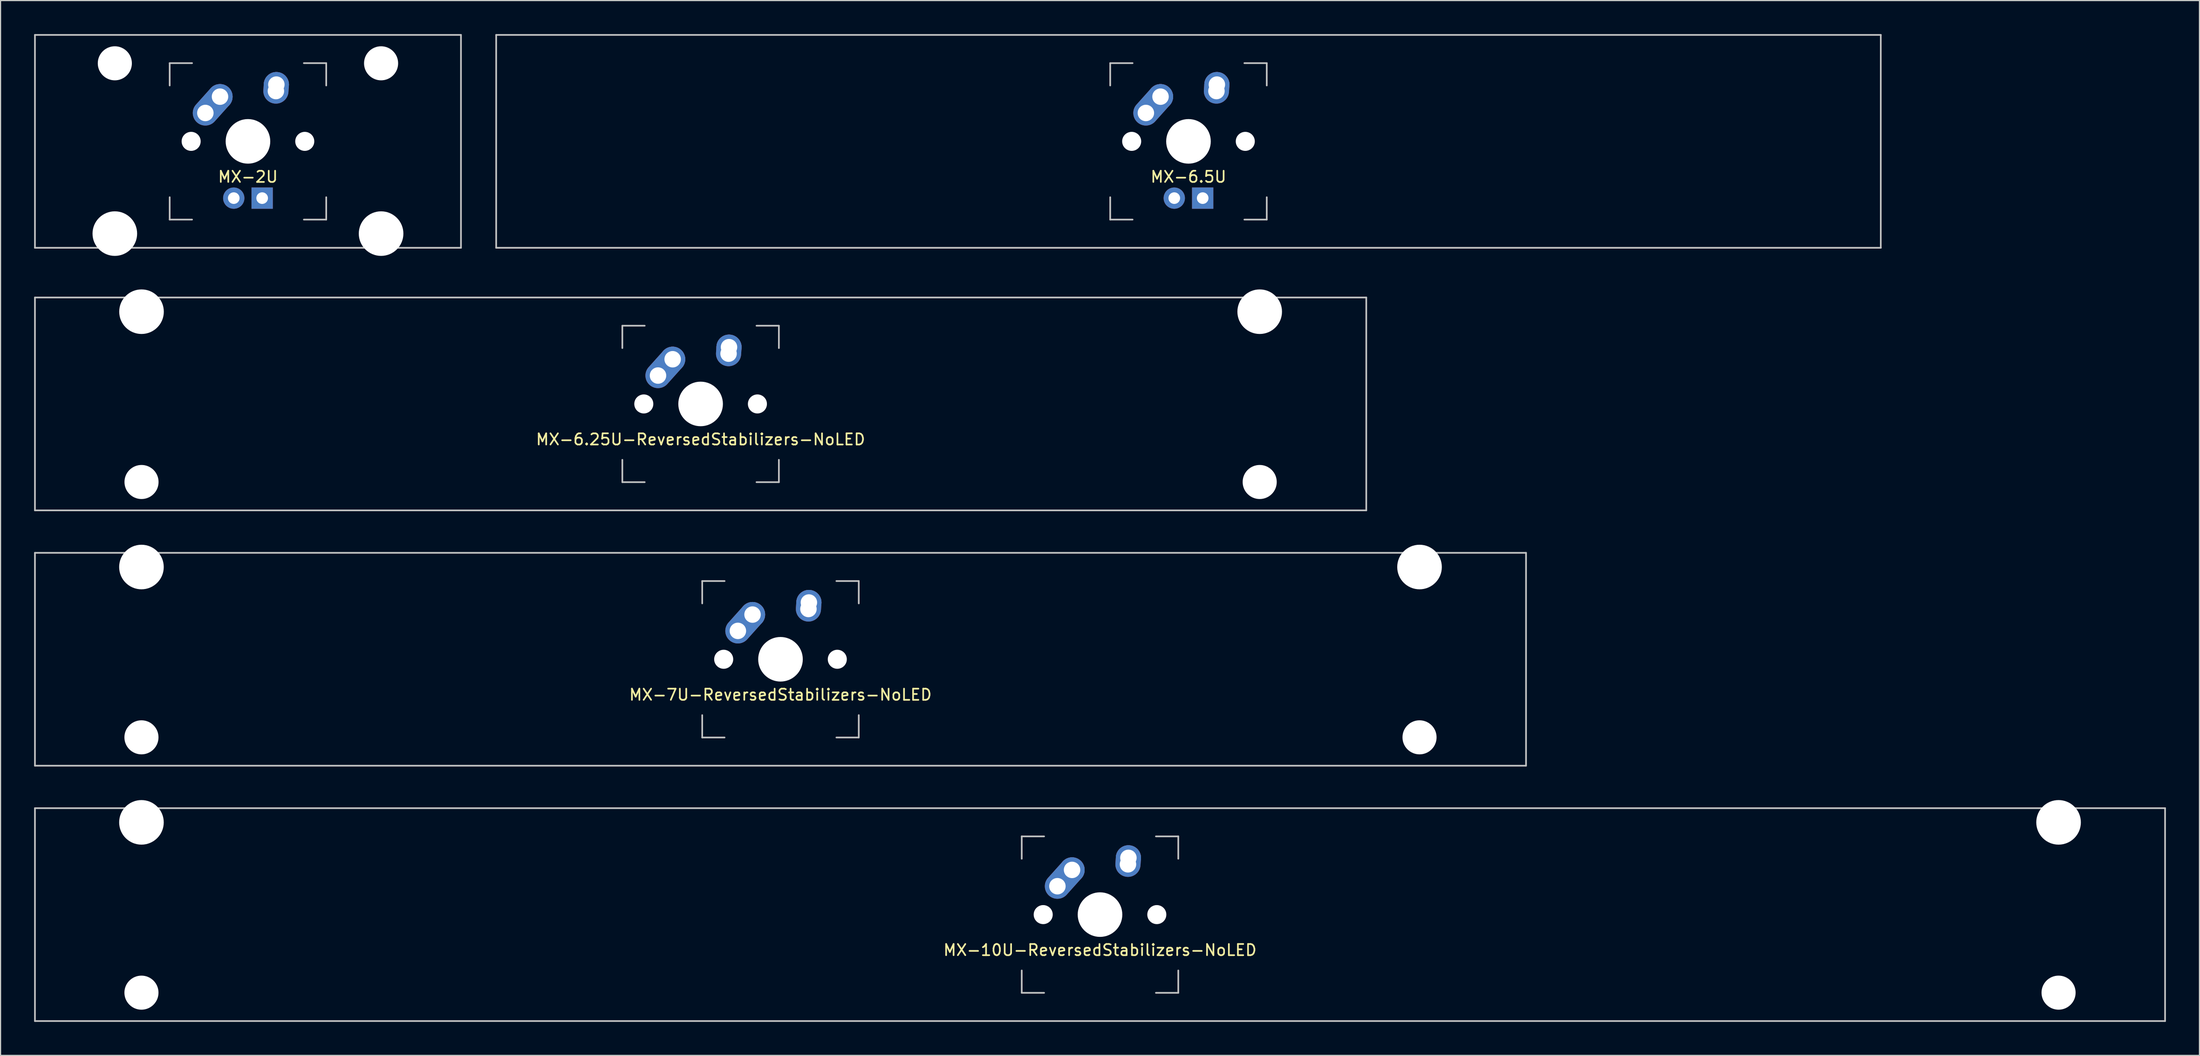
<source format=kicad_pcb>
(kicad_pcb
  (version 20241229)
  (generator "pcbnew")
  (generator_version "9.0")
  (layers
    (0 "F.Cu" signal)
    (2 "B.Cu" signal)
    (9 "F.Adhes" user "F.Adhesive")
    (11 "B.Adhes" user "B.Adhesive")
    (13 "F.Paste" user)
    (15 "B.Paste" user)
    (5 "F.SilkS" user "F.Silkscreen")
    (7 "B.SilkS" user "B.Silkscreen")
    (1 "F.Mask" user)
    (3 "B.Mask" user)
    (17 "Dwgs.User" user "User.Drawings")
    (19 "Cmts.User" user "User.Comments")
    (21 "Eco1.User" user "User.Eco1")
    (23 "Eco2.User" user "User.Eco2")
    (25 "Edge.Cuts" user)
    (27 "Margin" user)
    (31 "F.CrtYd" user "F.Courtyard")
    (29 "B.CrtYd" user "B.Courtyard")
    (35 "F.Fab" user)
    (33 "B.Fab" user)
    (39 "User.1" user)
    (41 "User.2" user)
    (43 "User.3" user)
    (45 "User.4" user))
  (footprint "MX-6.25U-ReversedStabilizers-NoLED"
    (layer "F.Cu")
    (at 59.606 33.098)
    (property "Reference" "MX-6.25U-ReversedStabilizers-NoLED" (at 0 3.175 0) (layer "F.SilkS") (effects (font (size 1 1) (thickness 0.15))))
    (attr through_hole)
    (fp_line (start -59.531 -9.525) (end 59.531 -9.525) (stroke (width 0.15) (type solid)) (layer "Dwgs.User"))
    (fp_line (start -59.531 9.525) (end -59.531 -9.525) (stroke (width 0.15) (type solid)) (layer "Dwgs.User"))
    (fp_line (start -59.531 9.525) (end 59.531 9.525) (stroke (width 0.15) (type solid)) (layer "Dwgs.User"))
    (fp_line (start -7 -7) (end -7 -5) (stroke (width 0.15) (type solid)) (layer "Dwgs.User"))
    (fp_line (start -7 5) (end -7 7) (stroke (width 0.15) (type solid)) (layer "Dwgs.User"))
    (fp_line (start -7 7) (end -5 7) (stroke (width 0.15) (type solid)) (layer "Dwgs.User"))
    (fp_line (start -5 -7) (end -7 -7) (stroke (width 0.15) (type solid)) (layer "Dwgs.User"))
    (fp_line (start 5 -7) (end 7 -7) (stroke (width 0.15) (type solid)) (layer "Dwgs.User"))
    (fp_line (start 5 7) (end 7 7) (stroke (width 0.15) (type solid)) (layer "Dwgs.User"))
    (fp_line (start 7 -7) (end 7 -5) (stroke (width 0.15) (type solid)) (layer "Dwgs.User"))
    (fp_line (start 7 7) (end 7 5) (stroke (width 0.15) (type solid)) (layer "Dwgs.User"))
    (fp_line (start 59.531 -9.525) (end 59.531 9.525) (stroke (width 0.15) (type solid)) (layer "Dwgs.User"))
    (pad "" np_thru_hole circle (at -50 -8.255) (size 3.988 3.988) (drill 3.988) (layers "*.Cu" "*.Mask"))
    (pad "" np_thru_hole circle (at -50 6.985) (size 3.048 3.048) (drill 3.048) (layers "*.Cu" "*.Mask"))
    (pad "" np_thru_hole circle (at -5.08 0 48.1) (size 1.702 1.702) (drill 1.702) (layers "*.Cu" "*.Mask"))
    (pad "" np_thru_hole circle (at 0 0) (size 3.988 3.988) (drill 3.988) (layers "*.Cu" "*.Mask"))
    (pad "" np_thru_hole circle (at 5.08 0 48.1) (size 1.702 1.702) (drill 1.702) (layers "*.Cu" "*.Mask"))
    (pad "" np_thru_hole circle (at 50 -8.255) (size 3.988 3.988) (drill 3.988) (layers "*.Cu" "*.Mask"))
    (pad "" np_thru_hole circle (at 50 6.985) (size 3.048 3.048) (drill 3.048) (layers "*.Cu" "*.Mask"))
    (pad "1" thru_hole oval (at -3.81 -2.54 48.1) (size 4.212 2.25) (drill 1.47 (offset 0.981 0)) (layers "*.Cu" "*.Mask"))
    (pad "1" thru_hole circle (at -2.5 -4) (size 2.25 2.25) (drill 1.47) (layers "*.Cu" "*.Mask"))
    (pad "2" thru_hole oval (at 2.5 -4.5 86.055) (size 2.831 2.25) (drill 1.47 (offset 0.291 0)) (layers "*.Cu" "*.Mask"))
    (pad "2" thru_hole circle (at 2.54 -5.08) (size 2.25 2.25) (drill 1.47) (layers "*.Cu" "*.Mask")))
  (footprint "MX-2U"
    (layer "F.Cu")
    (at 19.125 9.6)
    (property "Reference" "MX-2U" (at 0 3.175 0) (layer "F.SilkS") (effects (font (size 1 1) (thickness 0.15))))
    (attr through_hole)
    (fp_line (start -19.05 -9.525) (end 19.05 -9.525) (stroke (width 0.15) (type solid)) (layer "Dwgs.User"))
    (fp_line (start -19.05 9.525) (end -19.05 -9.525) (stroke (width 0.15) (type solid)) (layer "Dwgs.User"))
    (fp_line (start -19.05 9.525) (end 19.05 9.525) (stroke (width 0.15) (type solid)) (layer "Dwgs.User"))
    (fp_line (start -7 -7) (end -7 -5) (stroke (width 0.15) (type solid)) (layer "Dwgs.User"))
    (fp_line (start -7 5) (end -7 7) (stroke (width 0.15) (type solid)) (layer "Dwgs.User"))
    (fp_line (start -7 7) (end -5 7) (stroke (width 0.15) (type solid)) (layer "Dwgs.User"))
    (fp_line (start -5 -7) (end -7 -7) (stroke (width 0.15) (type solid)) (layer "Dwgs.User"))
    (fp_line (start 5 -7) (end 7 -7) (stroke (width 0.15) (type solid)) (layer "Dwgs.User"))
    (fp_line (start 5 7) (end 7 7) (stroke (width 0.15) (type solid)) (layer "Dwgs.User"))
    (fp_line (start 7 -7) (end 7 -5) (stroke (width 0.15) (type solid)) (layer "Dwgs.User"))
    (fp_line (start 7 7) (end 7 5) (stroke (width 0.15) (type solid)) (layer "Dwgs.User"))
    (fp_line (start 19.05 -9.525) (end 19.05 9.525) (stroke (width 0.15) (type solid)) (layer "Dwgs.User"))
    (pad "" np_thru_hole circle (at -11.906 -6.985) (size 3.048 3.048) (drill 3.048) (layers "*.Cu" "*.Mask"))
    (pad "" np_thru_hole circle (at -11.906 8.255) (size 3.988 3.988) (drill 3.988) (layers "*.Cu" "*.Mask"))
    (pad "" np_thru_hole circle (at -5.08 0 48.1) (size 1.702 1.702) (drill 1.702) (layers "*.Cu" "*.Mask"))
    (pad "" np_thru_hole circle (at 0 0) (size 3.988 3.988) (drill 3.988) (layers "*.Cu" "*.Mask"))
    (pad "" np_thru_hole circle (at 5.08 0 48.1) (size 1.702 1.702) (drill 1.702) (layers "*.Cu" "*.Mask"))
    (pad "" np_thru_hole circle (at 11.906 -6.985) (size 3.048 3.048) (drill 3.048) (layers "*.Cu" "*.Mask"))
    (pad "" np_thru_hole circle (at 11.906 8.255) (size 3.988 3.988) (drill 3.988) (layers "*.Cu" "*.Mask"))
    (pad "1" thru_hole oval (at -3.81 -2.54 48.1) (size 4.212 2.25) (drill 1.47 (offset 0.981 0)) (layers "*.Cu" "*.Mask"))
    (pad "1" thru_hole circle (at -2.5 -4) (size 2.25 2.25) (drill 1.47) (layers "*.Cu" "*.Mask"))
    (pad "2" thru_hole oval (at 2.5 -4.5 86.055) (size 2.831 2.25) (drill 1.47 (offset 0.291 0)) (layers "*.Cu" "*.Mask"))
    (pad "2" thru_hole circle (at 2.54 -5.08) (size 2.25 2.25) (drill 1.47) (layers "*.Cu" "*.Mask"))
    (pad "3" thru_hole circle (at -1.27 5.08) (size 1.905 1.905) (drill 1.04) (layers "*.Cu" "*.Mask"))
    (pad "4" thru_hole rect (at 1.27 5.08) (size 1.905 1.905) (drill 1.04) (layers "*.Cu" "*.Mask")))
  (footprint "MX-10U-ReversedStabilizers-NoLED"
    (layer "F.Cu")
    (at 95.325 78.796)
    (property "Reference" "MX-10U-ReversedStabilizers-NoLED" (at 0 3.175 0) (layer "F.SilkS") (effects (font (size 1 1) (thickness 0.15))))
    (attr through_hole)
    (fp_line (start -95.25 -9.525) (end 95.25 -9.525) (stroke (width 0.15) (type solid)) (layer "Dwgs.User"))
    (fp_line (start -95.25 9.525) (end -95.25 -9.525) (stroke (width 0.15) (type solid)) (layer "Dwgs.User"))
    (fp_line (start -95.25 9.525) (end 95.25 9.525) (stroke (width 0.15) (type solid)) (layer "Dwgs.User"))
    (fp_line (start -7 -7) (end -7 -5) (stroke (width 0.15) (type solid)) (layer "Dwgs.User"))
    (fp_line (start -7 5) (end -7 7) (stroke (width 0.15) (type solid)) (layer "Dwgs.User"))
    (fp_line (start -7 7) (end -5 7) (stroke (width 0.15) (type solid)) (layer "Dwgs.User"))
    (fp_line (start -5 -7) (end -7 -7) (stroke (width 0.15) (type solid)) (layer "Dwgs.User"))
    (fp_line (start 5 -7) (end 7 -7) (stroke (width 0.15) (type solid)) (layer "Dwgs.User"))
    (fp_line (start 5 7) (end 7 7) (stroke (width 0.15) (type solid)) (layer "Dwgs.User"))
    (fp_line (start 7 -7) (end 7 -5) (stroke (width 0.15) (type solid)) (layer "Dwgs.User"))
    (fp_line (start 7 7) (end 7 5) (stroke (width 0.15) (type solid)) (layer "Dwgs.User"))
    (fp_line (start 95.25 -9.525) (end 95.25 9.525) (stroke (width 0.15) (type solid)) (layer "Dwgs.User"))
    (pad "" np_thru_hole circle (at -85.725 -8.255) (size 3.988 3.988) (drill 3.988) (layers "*.Cu" "*.Mask"))
    (pad "" np_thru_hole circle (at -85.725 6.985) (size 3.048 3.048) (drill 3.048) (layers "*.Cu" "*.Mask"))
    (pad "" np_thru_hole circle (at -5.08 0 48.1) (size 1.702 1.702) (drill 1.702) (layers "*.Cu" "*.Mask"))
    (pad "" np_thru_hole circle (at 0 0) (size 3.988 3.988) (drill 3.988) (layers "*.Cu" "*.Mask"))
    (pad "" np_thru_hole circle (at 5.08 0 48.1) (size 1.702 1.702) (drill 1.702) (layers "*.Cu" "*.Mask"))
    (pad "" np_thru_hole circle (at 85.725 -8.255) (size 3.988 3.988) (drill 3.988) (layers "*.Cu" "*.Mask"))
    (pad "" np_thru_hole circle (at 85.725 6.985) (size 3.048 3.048) (drill 3.048) (layers "*.Cu" "*.Mask"))
    (pad "1" thru_hole oval (at -3.81 -2.54 48.1) (size 4.212 2.25) (drill 1.47 (offset 0.981 0)) (layers "*.Cu" "*.Mask"))
    (pad "1" thru_hole circle (at -2.5 -4) (size 2.25 2.25) (drill 1.47) (layers "*.Cu" "*.Mask"))
    (pad "2" thru_hole oval (at 2.5 -4.5 86.055) (size 2.831 2.25) (drill 1.47 (offset 0.291 0)) (layers "*.Cu" "*.Mask"))
    (pad "2" thru_hole circle (at 2.54 -5.08) (size 2.25 2.25) (drill 1.47) (layers "*.Cu" "*.Mask")))
  (footprint "MX-7U-ReversedStabilizers-NoLED"
    (layer "F.Cu")
    (at 66.75 55.947)
    (property "Reference" "MX-7U-ReversedStabilizers-NoLED" (at 0 3.175 0) (layer "F.SilkS") (effects (font (size 1 1) (thickness 0.15))))
    (attr through_hole)
    (fp_line (start -66.675 -9.525) (end 66.675 -9.525) (stroke (width 0.15) (type solid)) (layer "Dwgs.User"))
    (fp_line (start -66.675 9.525) (end -66.675 -9.525) (stroke (width 0.15) (type solid)) (layer "Dwgs.User"))
    (fp_line (start -66.675 9.525) (end 66.675 9.525) (stroke (width 0.15) (type solid)) (layer "Dwgs.User"))
    (fp_line (start -7 -7) (end -7 -5) (stroke (width 0.15) (type solid)) (layer "Dwgs.User"))
    (fp_line (start -7 5) (end -7 7) (stroke (width 0.15) (type solid)) (layer "Dwgs.User"))
    (fp_line (start -7 7) (end -5 7) (stroke (width 0.15) (type solid)) (layer "Dwgs.User"))
    (fp_line (start -5 -7) (end -7 -7) (stroke (width 0.15) (type solid)) (layer "Dwgs.User"))
    (fp_line (start 5 -7) (end 7 -7) (stroke (width 0.15) (type solid)) (layer "Dwgs.User"))
    (fp_line (start 5 7) (end 7 7) (stroke (width 0.15) (type solid)) (layer "Dwgs.User"))
    (fp_line (start 7 -7) (end 7 -5) (stroke (width 0.15) (type solid)) (layer "Dwgs.User"))
    (fp_line (start 7 7) (end 7 5) (stroke (width 0.15) (type solid)) (layer "Dwgs.User"))
    (fp_line (start 66.675 -9.525) (end 66.675 9.525) (stroke (width 0.15) (type solid)) (layer "Dwgs.User"))
    (pad "" np_thru_hole circle (at -57.15 -8.255) (size 3.988 3.988) (drill 3.988) (layers "*.Cu" "*.Mask"))
    (pad "" np_thru_hole circle (at -57.15 6.985) (size 3.048 3.048) (drill 3.048) (layers "*.Cu" "*.Mask"))
    (pad "" np_thru_hole circle (at -5.08 0 48.1) (size 1.702 1.702) (drill 1.702) (layers "*.Cu" "*.Mask"))
    (pad "" np_thru_hole circle (at 0 0) (size 3.988 3.988) (drill 3.988) (layers "*.Cu" "*.Mask"))
    (pad "" np_thru_hole circle (at 5.08 0 48.1) (size 1.702 1.702) (drill 1.702) (layers "*.Cu" "*.Mask"))
    (pad "" np_thru_hole circle (at 57.15 -8.255) (size 3.988 3.988) (drill 3.988) (layers "*.Cu" "*.Mask"))
    (pad "" np_thru_hole circle (at 57.15 6.985) (size 3.048 3.048) (drill 3.048) (layers "*.Cu" "*.Mask"))
    (pad "1" thru_hole oval (at -3.81 -2.54 48.1) (size 4.212 2.25) (drill 1.47 (offset 0.981 0)) (layers "*.Cu" "*.Mask"))
    (pad "1" thru_hole circle (at -2.5 -4) (size 2.25 2.25) (drill 1.47) (layers "*.Cu" "*.Mask"))
    (pad "2" thru_hole oval (at 2.5 -4.5 86.055) (size 2.831 2.25) (drill 1.47 (offset 0.291 0)) (layers "*.Cu" "*.Mask"))
    (pad "2" thru_hole circle (at 2.54 -5.08) (size 2.25 2.25) (drill 1.47) (layers "*.Cu" "*.Mask")))
  (footprint "MX-6.5U"
    (layer "F.Cu")
    (at 103.237 9.6)
    (property "Reference" "MX-6.5U" (at 0 3.175 0) (layer "F.SilkS") (effects (font (size 1 1) (thickness 0.15))))
    (attr through_hole)
    (fp_line (start -61.913 -9.525) (end 61.913 -9.525) (stroke (width 0.15) (type solid)) (layer "Dwgs.User"))
    (fp_line (start -61.913 9.525) (end -61.913 -9.525) (stroke (width 0.15) (type solid)) (layer "Dwgs.User"))
    (fp_line (start -7 -7) (end -7 -5) (stroke (width 0.15) (type solid)) (layer "Dwgs.User"))
    (fp_line (start -7 5) (end -7 7) (stroke (width 0.15) (type solid)) (layer "Dwgs.User"))
    (fp_line (start -7 7) (end -5 7) (stroke (width 0.15) (type solid)) (layer "Dwgs.User"))
    (fp_line (start -5 -7) (end -7 -7) (stroke (width 0.15) (type solid)) (layer "Dwgs.User"))
    (fp_line (start 5 -7) (end 7 -7) (stroke (width 0.15) (type solid)) (layer "Dwgs.User"))
    (fp_line (start 5 7) (end 7 7) (stroke (width 0.15) (type solid)) (layer "Dwgs.User"))
    (fp_line (start 7 -7) (end 7 -5) (stroke (width 0.15) (type solid)) (layer "Dwgs.User"))
    (fp_line (start 7 7) (end 7 5) (stroke (width 0.15) (type solid)) (layer "Dwgs.User"))
    (fp_line (start 61.913 -9.525) (end 61.913 9.525) (stroke (width 0.15) (type solid)) (layer "Dwgs.User"))
    (fp_line (start 61.913 9.525) (end -61.913 9.525) (stroke (width 0.15) (type solid)) (layer "Dwgs.User"))
    (pad "" np_thru_hole circle (at -5.08 0 48.1) (size 1.702 1.702) (drill 1.702) (layers "*.Cu" "*.Mask"))
    (pad "" np_thru_hole circle (at 0 0) (size 3.988 3.988) (drill 3.988) (layers "*.Cu" "*.Mask"))
    (pad "" np_thru_hole circle (at 5.08 0 48.1) (size 1.702 1.702) (drill 1.702) (layers "*.Cu" "*.Mask"))
    (pad "1" thru_hole oval (at -3.81 -2.54 48.1) (size 4.212 2.25) (drill 1.47 (offset 0.981 0)) (layers "*.Cu" "*.Mask"))
    (pad "1" thru_hole circle (at -2.5 -4) (size 2.25 2.25) (drill 1.47) (layers "*.Cu" "*.Mask"))
    (pad "2" thru_hole oval (at 2.5 -4.5 86.055) (size 2.831 2.25) (drill 1.47 (offset 0.291 0)) (layers "*.Cu" "*.Mask"))
    (pad "2" thru_hole circle (at 2.54 -5.08) (size 2.25 2.25) (drill 1.47) (layers "*.Cu" "*.Mask"))
    (pad "3" thru_hole circle (at -1.27 5.08) (size 1.905 1.905) (drill 1.04) (layers "*.Cu" "*.Mask"))
    (pad "4" thru_hole rect (at 1.27 5.08) (size 1.905 1.905) (drill 1.04) (layers "*.Cu" "*.Mask")))
  (gr_rect
    (start -3 -3)
    (end 193.65 91.396)
    (stroke (width 0.1) (type default))
    (fill no)
    (layer "Edge.Cuts")))
</source>
